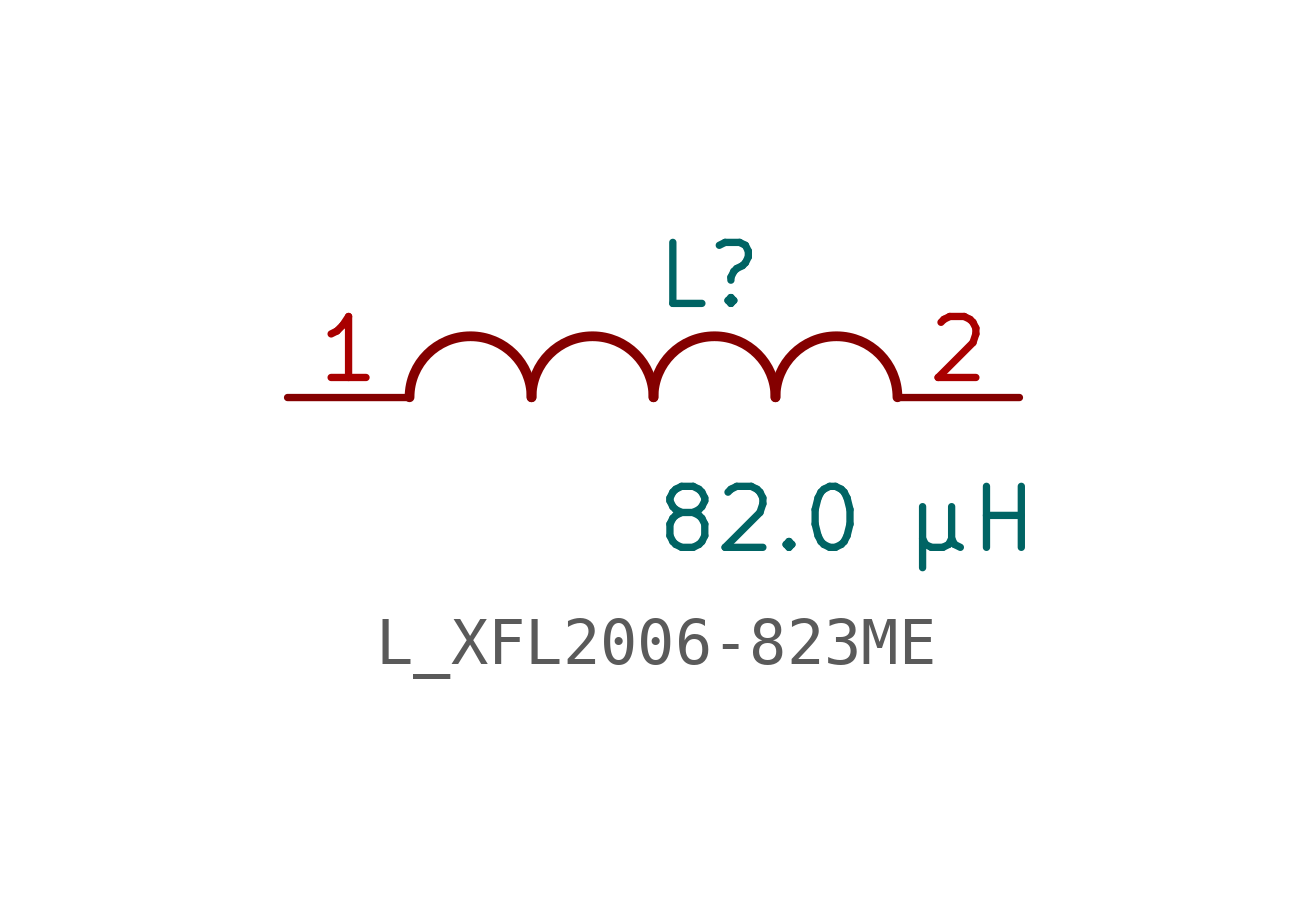
<source format=kicad_sym>
(kicad_symbol_lib
  (version 20231120)
  (generator kicad_symbol_editor)
  (generator_version 8.0)
  (symbol "L_XFL2006-823ME"
    (pin_names
      (offset 0.254))
    (property "Reference" "L"
      (at 0 2.54 0)
      (effects (font (size 1.27 1.27)) (justify left)))
    (property "Value" "82.0 µH"
      (at 0 -2.54 0)
      (effects (font (size 1.27 1.27)) (justify left)))
    (symbol "L_XFL2006-823ME_1_1"
      (arc (start -2.54 0.0056) (mid -3.81 1.27) (end -5.08 0.0056) (stroke (width 0.2032) (type default)) (fill (type none)))
      (arc (start 0 0.0056) (mid -1.27 1.27) (end -2.54 0.0056) (stroke (width 0.2032) (type default)) (fill (type none)))
      (arc (start 2.54 0.0056) (mid 1.27 1.27) (end 0 0.0056) (stroke (width 0.2032) (type default)) (fill (type none)))
      (arc (start 5.08 0.0056) (mid 3.81 1.27) (end 2.54 0.0056) (stroke (width 0.2032) (type default)) (fill (type none)))
      (pin unspecified line (at -7.62 0 0) (length 2.54) (name "" (effects (font (size 1.27 1.27)))) (number "1" (effects (font (size 1.27 1.27)))))
      (pin unspecified line (at 7.62 0 180) (length 2.54) (name "" (effects (font (size 1.27 1.27)))) (number "2" (effects (font (size 1.27 1.27))))))))
</source>
